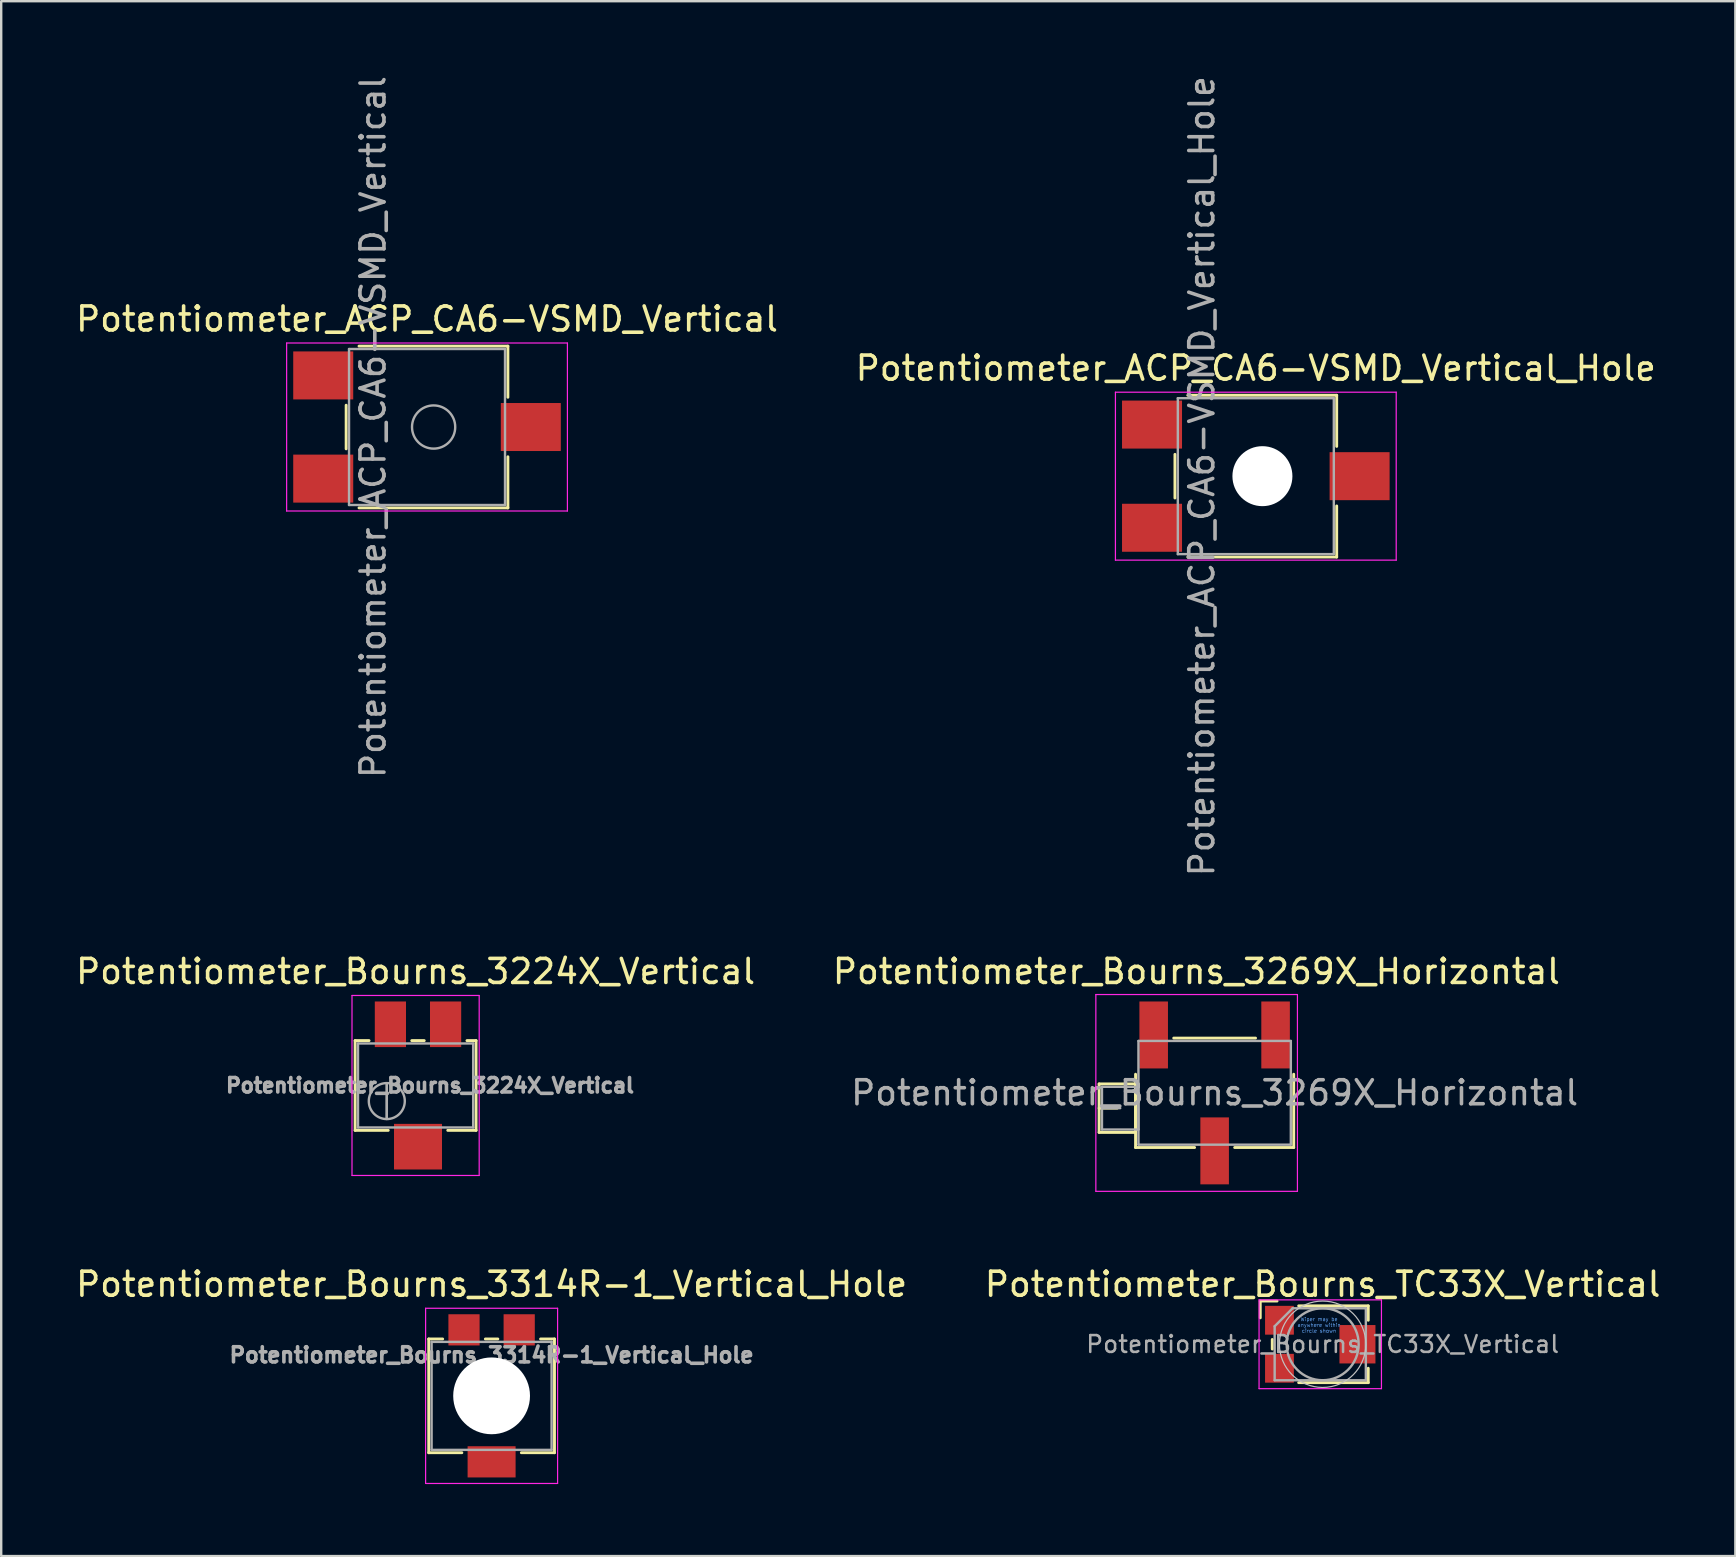
<source format=kicad_pcb>
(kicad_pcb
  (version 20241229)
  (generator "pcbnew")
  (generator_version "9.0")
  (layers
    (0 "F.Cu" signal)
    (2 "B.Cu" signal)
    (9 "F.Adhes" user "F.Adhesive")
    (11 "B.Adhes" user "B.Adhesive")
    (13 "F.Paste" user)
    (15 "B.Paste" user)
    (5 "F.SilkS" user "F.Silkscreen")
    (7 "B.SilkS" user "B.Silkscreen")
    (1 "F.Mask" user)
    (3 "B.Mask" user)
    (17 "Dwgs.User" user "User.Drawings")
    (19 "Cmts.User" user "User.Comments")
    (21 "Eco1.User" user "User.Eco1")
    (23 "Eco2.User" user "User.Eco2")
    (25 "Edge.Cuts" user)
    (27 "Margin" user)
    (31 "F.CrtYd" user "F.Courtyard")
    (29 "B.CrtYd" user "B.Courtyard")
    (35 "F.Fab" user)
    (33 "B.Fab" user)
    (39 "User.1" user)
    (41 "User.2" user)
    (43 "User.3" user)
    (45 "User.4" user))
  (footprint "Potentiometer_ACP_CA6-VSMD_Vertical"
    (layer "F.Cu")
    (at 14.744 14.744)
    (property "Reference" "Potentiometer_ACP_CA6-VSMD_Vertical" (at 0 -4.5 0) (layer "F.SilkS") (effects (font (size 1 1) (thickness 0.15))))
    (attr smd)
    (fp_line (start -3.37 -0.909) (end -3.37 0.91) (stroke (width 0.12) (type solid)) (layer "F.SilkS"))
    (fp_line (start -2.834 -3.371) (end 3.37 -3.371) (stroke (width 0.12) (type solid)) (layer "F.SilkS"))
    (fp_line (start -2.834 3.37) (end 3.37 3.37) (stroke (width 0.12) (type solid)) (layer "F.SilkS"))
    (fp_line (start 3.37 -3.371) (end 3.37 -1.24) (stroke (width 0.12) (type solid)) (layer "F.SilkS"))
    (fp_line (start 3.37 1.24) (end 3.37 3.37) (stroke (width 0.12) (type solid)) (layer "F.SilkS"))
    (fp_line (start -5.85 -3.5) (end -5.85 3.5) (stroke (width 0.05) (type solid)) (layer "F.CrtYd"))
    (fp_line (start -5.85 3.5) (end 5.85 3.5) (stroke (width 0.05) (type solid)) (layer "F.CrtYd"))
    (fp_line (start 5.85 -3.5) (end -5.85 -3.5) (stroke (width 0.05) (type solid)) (layer "F.CrtYd"))
    (fp_line (start 5.85 3.5) (end 5.85 -3.5) (stroke (width 0.05) (type solid)) (layer "F.CrtYd"))
    (fp_line (start -3.25 -3.25) (end -3.25 3.25) (stroke (width 0.1) (type solid)) (layer "F.Fab"))
    (fp_line (start -3.25 3.25) (end 3.25 3.25) (stroke (width 0.1) (type solid)) (layer "F.Fab"))
    (fp_line (start 3.25 -3.25) (end -3.25 -3.25) (stroke (width 0.1) (type solid)) (layer "F.Fab"))
    (fp_line (start 3.25 3.25) (end 3.25 -3.25) (stroke (width 0.1) (type solid)) (layer "F.Fab"))
    (fp_circle (center 0.275 0) (end 1.175 0) (stroke (width 0.1) (type solid)) (fill no) (layer "F.Fab"))
    (fp_text user "${REFERENCE}" (at -2.25 0 90) (layer "F.Fab") (effects (font (size 1 1) (thickness 0.15))))
    (pad "1" smd rect (at -4.325 2.15) (size 2.5 2) (layers "F.Cu" "F.Mask" "F.Paste"))
    (pad "2" smd rect (at 4.325 0) (size 2.5 2) (layers "F.Cu" "F.Mask" "F.Paste"))
    (pad "3" smd rect (at -4.325 -2.15) (size 2.5 2) (layers "F.Cu" "F.Mask" "F.Paste")))
  (footprint "Potentiometer_Bourns_TC33X_Vertical"
    (layer "F.Cu")
    (at 52.065 52.965)
    (property "Reference" "Potentiometer_Bourns_TC33X_Vertical" (at 0 -2.5 0) (layer "F.SilkS") (effects (font (size 1 1) (thickness 0.15))))
    (attr smd)
    (fp_line (start -2.6 -1.8) (end -2.6 -1.1) (stroke (width 0.12) (type solid)) (layer "F.SilkS"))
    (fp_line (start -2.1 -0.2) (end -2.1 0.2) (stroke (width 0.12) (type solid)) (layer "F.SilkS"))
    (fp_line (start -1.9 -1.8) (end -2.6 -1.8) (stroke (width 0.12) (type solid)) (layer "F.SilkS"))
    (fp_line (start -1 -1.6) (end 1.9 -1.6) (stroke (width 0.12) (type solid)) (layer "F.SilkS"))
    (fp_line (start -1 1.6) (end 1.9 1.6) (stroke (width 0.12) (type solid)) (layer "F.SilkS"))
    (fp_line (start 1.9 -1.6) (end 1.9 -1) (stroke (width 0.12) (type solid)) (layer "F.SilkS"))
    (fp_line (start 1.9 1.6) (end 1.9 1) (stroke (width 0.12) (type solid)) (layer "F.SilkS"))
    (fp_circle (center 0 0) (end 1.8 0) (stroke (width 0.05) (type solid)) (fill no) (layer "Dwgs.User"))
    (fp_line (start -2.65 -1.85) (end 2.45 -1.85) (stroke (width 0.05) (type solid)) (layer "F.CrtYd"))
    (fp_line (start -2.65 1.85) (end -2.65 -1.85) (stroke (width 0.05) (type solid)) (layer "F.CrtYd"))
    (fp_line (start 2.45 -1.85) (end 2.45 1.85) (stroke (width 0.05) (type solid)) (layer "F.CrtYd"))
    (fp_line (start 2.45 1.85) (end -2.65 1.85) (stroke (width 0.05) (type solid)) (layer "F.CrtYd"))
    (fp_line (start -2 -0.75) (end -2 1.5) (stroke (width 0.1) (type solid)) (layer "F.Fab"))
    (fp_line (start -2 1.5) (end 1.8 1.5) (stroke (width 0.1) (type solid)) (layer "F.Fab"))
    (fp_line (start -1.25 -1.5) (end -2 -0.75) (stroke (width 0.1) (type solid)) (layer "F.Fab"))
    (fp_line (start 1.8 -1.5) (end -1.25 -1.5) (stroke (width 0.1) (type solid)) (layer "F.Fab"))
    (fp_line (start 1.8 1.5) (end 1.8 -1.5) (stroke (width 0.1) (type solid)) (layer "F.Fab"))
    (fp_circle (center 0 0) (end 1.5 0) (stroke (width 0.1) (type solid)) (fill no) (layer "F.Fab"))
    (fp_text user "Wiper may be\nanywhere within\ncircle shown" (at -0.15 -0.8 0) (layer "Cmts.User") (effects (font (size 0.15 0.15) (thickness 0.02))))
    (fp_text user "${REFERENCE}" (at 0 0 0) (layer "F.Fab") (effects (font (size 0.7 0.7) (thickness 0.105))))
    (pad "1" smd rect (at -1.8 -1) (size 1.2 1.2) (layers "F.Cu" "F.Mask" "F.Paste"))
    (pad "2" smd rect (at 1.45 0) (size 1.5 1.6) (layers "F.Cu" "F.Mask" "F.Paste"))
    (pad "3" smd rect (at -1.8 1) (size 1.2 1.2) (layers "F.Cu" "F.Mask" "F.Paste")))
  (footprint "Potentiometer_Bourns_3269X_Horizontal"
    (layer "F.Cu")
    (at 47.564 42.492)
    (property "Reference" "Potentiometer_Bourns_3269X_Horizontal" (at -0.76 -5.06 0) (layer "F.SilkS") (effects (font (size 1 1) (thickness 0.15))))
    (attr smd)
    (fp_line (start -4.815 -0.375) (end -4.815 1.645) (stroke (width 0.12) (type solid)) (layer "F.SilkS"))
    (fp_line (start -4.815 -0.375) (end -3.296 -0.375) (stroke (width 0.12) (type solid)) (layer "F.SilkS"))
    (fp_line (start -4.815 0.635) (end -4.056 0.635) (stroke (width 0.12) (type solid)) (layer "F.SilkS"))
    (fp_line (start -4.815 1.645) (end -3.296 1.645) (stroke (width 0.12) (type solid)) (layer "F.SilkS"))
    (fp_line (start -3.296 -0.375) (end -3.296 1.645) (stroke (width 0.12) (type solid)) (layer "F.SilkS"))
    (fp_line (start -3.295 -0.779) (end -3.295 2.275) (stroke (width 0.12) (type solid)) (layer "F.SilkS"))
    (fp_line (start -3.295 2.275) (end -0.835 2.275) (stroke (width 0.12) (type solid)) (layer "F.SilkS"))
    (fp_line (start -1.705 -2.285) (end 1.705 -2.285) (stroke (width 0.12) (type solid)) (layer "F.SilkS"))
    (fp_line (start 0.835 2.275) (end 3.295 2.275) (stroke (width 0.12) (type solid)) (layer "F.SilkS"))
    (fp_line (start 3.295 -0.779) (end 3.295 2.275) (stroke (width 0.12) (type solid)) (layer "F.SilkS"))
    (fp_line (start -4.95 -4.1) (end -4.95 4.1) (stroke (width 0.05) (type solid)) (layer "F.CrtYd"))
    (fp_line (start -4.95 4.1) (end 3.45 4.1) (stroke (width 0.05) (type solid)) (layer "F.CrtYd"))
    (fp_line (start 3.45 -4.1) (end -4.95 -4.1) (stroke (width 0.05) (type solid)) (layer "F.CrtYd"))
    (fp_line (start 3.45 4.1) (end 3.45 -4.1) (stroke (width 0.05) (type solid)) (layer "F.CrtYd"))
    (fp_line (start -4.695 -0.255) (end -4.695 1.525) (stroke (width 0.1) (type solid)) (layer "F.Fab"))
    (fp_line (start -4.695 0.635) (end -3.935 0.635) (stroke (width 0.1) (type solid)) (layer "F.Fab"))
    (fp_line (start -4.695 1.525) (end -3.175 1.525) (stroke (width 0.1) (type solid)) (layer "F.Fab"))
    (fp_line (start -3.175 -2.165) (end -3.175 2.155) (stroke (width 0.1) (type solid)) (layer "F.Fab"))
    (fp_line (start -3.175 -0.255) (end -4.695 -0.255) (stroke (width 0.1) (type solid)) (layer "F.Fab"))
    (fp_line (start -3.175 1.525) (end -3.175 -0.255) (stroke (width 0.1) (type solid)) (layer "F.Fab"))
    (fp_line (start -3.175 2.155) (end 3.175 2.155) (stroke (width 0.1) (type solid)) (layer "F.Fab"))
    (fp_line (start 3.175 -2.165) (end -3.175 -2.165) (stroke (width 0.1) (type solid)) (layer "F.Fab"))
    (fp_line (start 3.175 2.155) (end 3.175 -2.165) (stroke (width 0.1) (type solid)) (layer "F.Fab"))
    (fp_text user "${REFERENCE}" (at 0 -0.005 0) (layer "F.Fab") (effects (font (size 1 1) (thickness 0.15))))
    (pad "1" smd rect (at 2.54 -2.415) (size 1.19 2.79) (layers "F.Cu" "F.Mask" "F.Paste"))
    (pad "2" smd rect (at 0 2.415) (size 1.19 2.79) (layers "F.Cu" "F.Mask" "F.Paste"))
    (pad "3" smd rect (at -2.54 -2.415) (size 1.19 2.79) (layers "F.Cu" "F.Mask" "F.Paste")))
  (footprint "Potentiometer_Bourns_3314R-1_Vertical_Hole"
    (layer "F.Cu")
    (at 17.435 55.115)
    (property "Reference" "Potentiometer_Bourns_3314R-1_Vertical_Hole" (at 0 -4.65 0) (layer "F.SilkS") (effects (font (size 1 1) (thickness 0.15))))
    (attr smd)
    (fp_line (start -2.62 -2.37) (end -2.62 2.37) (stroke (width 0.12) (type solid)) (layer "F.SilkS"))
    (fp_line (start -2.62 -2.37) (end -2.039 -2.37) (stroke (width 0.12) (type solid)) (layer "F.SilkS"))
    (fp_line (start -2.62 2.37) (end -1.24 2.37) (stroke (width 0.12) (type solid)) (layer "F.SilkS"))
    (fp_line (start -0.26 -2.37) (end 0.26 -2.37) (stroke (width 0.12) (type solid)) (layer "F.SilkS"))
    (fp_line (start 1.24 2.37) (end 2.62 2.37) (stroke (width 0.12) (type solid)) (layer "F.SilkS"))
    (fp_line (start 2.04 -2.37) (end 2.62 -2.37) (stroke (width 0.12) (type solid)) (layer "F.SilkS"))
    (fp_line (start 2.62 -2.37) (end 2.62 2.37) (stroke (width 0.12) (type solid)) (layer "F.SilkS"))
    (fp_line (start -2.75 -3.65) (end -2.75 3.65) (stroke (width 0.05) (type solid)) (layer "F.CrtYd"))
    (fp_line (start -2.75 3.65) (end 2.75 3.65) (stroke (width 0.05) (type solid)) (layer "F.CrtYd"))
    (fp_line (start 2.75 -3.65) (end -2.75 -3.65) (stroke (width 0.05) (type solid)) (layer "F.CrtYd"))
    (fp_line (start 2.75 3.65) (end 2.75 -3.65) (stroke (width 0.05) (type solid)) (layer "F.CrtYd"))
    (fp_line (start -2.5 -2.25) (end -2.5 2.25) (stroke (width 0.1) (type solid)) (layer "F.Fab"))
    (fp_line (start -2.5 2.25) (end 2.5 2.25) (stroke (width 0.1) (type solid)) (layer "F.Fab"))
    (fp_line (start 2.5 -2.25) (end -2.5 -2.25) (stroke (width 0.1) (type solid)) (layer "F.Fab"))
    (fp_line (start 2.5 2.25) (end 2.5 -2.25) (stroke (width 0.1) (type solid)) (layer "F.Fab"))
    (fp_text user "${REFERENCE}" (at 0 -1.7 0) (layer "F.Fab") (effects (font (size 0.63 0.63) (thickness 0.15))))
    (pad "" np_thru_hole circle (at 0 0) (size 3.2 3.2) (drill 3.2) (layers "*.Cu" "*.Mask"))
    (pad "1" smd rect (at 1.15 -2.75) (size 1.3 1.3) (layers "F.Cu" "F.Mask" "F.Paste"))
    (pad "2" smd rect (at 0 2.75) (size 2 1.3) (layers "F.Cu" "F.Mask" "F.Paste"))
    (pad "3" smd rect (at -1.15 -2.75) (size 1.3 1.3) (layers "F.Cu" "F.Mask" "F.Paste")))
  (footprint "Potentiometer_ACP_CA6-VSMD_Vertical_Hole"
    (layer "F.Cu")
    (at 49.28 16.792)
    (property "Reference" "Potentiometer_ACP_CA6-VSMD_Vertical_Hole" (at 0 -4.5 0) (layer "F.SilkS") (effects (font (size 1 1) (thickness 0.15))))
    (attr smd)
    (fp_line (start -3.37 -0.909) (end -3.37 0.91) (stroke (width 0.12) (type solid)) (layer "F.SilkS"))
    (fp_line (start -2.834 -3.371) (end 3.37 -3.371) (stroke (width 0.12) (type solid)) (layer "F.SilkS"))
    (fp_line (start -2.834 3.37) (end 3.37 3.37) (stroke (width 0.12) (type solid)) (layer "F.SilkS"))
    (fp_line (start 3.37 -3.371) (end 3.37 -1.24) (stroke (width 0.12) (type solid)) (layer "F.SilkS"))
    (fp_line (start 3.37 1.24) (end 3.37 3.37) (stroke (width 0.12) (type solid)) (layer "F.SilkS"))
    (fp_line (start -5.85 -3.5) (end -5.85 3.5) (stroke (width 0.05) (type solid)) (layer "F.CrtYd"))
    (fp_line (start -5.85 3.5) (end 5.85 3.5) (stroke (width 0.05) (type solid)) (layer "F.CrtYd"))
    (fp_line (start 5.85 -3.5) (end -5.85 -3.5) (stroke (width 0.05) (type solid)) (layer "F.CrtYd"))
    (fp_line (start 5.85 3.5) (end 5.85 -3.5) (stroke (width 0.05) (type solid)) (layer "F.CrtYd"))
    (fp_line (start -3.25 -3.25) (end -3.25 3.25) (stroke (width 0.1) (type solid)) (layer "F.Fab"))
    (fp_line (start -3.25 3.25) (end 3.25 3.25) (stroke (width 0.1) (type solid)) (layer "F.Fab"))
    (fp_line (start 3.25 -3.25) (end -3.25 -3.25) (stroke (width 0.1) (type solid)) (layer "F.Fab"))
    (fp_line (start 3.25 3.25) (end 3.25 -3.25) (stroke (width 0.1) (type solid)) (layer "F.Fab"))
    (fp_text user "${REFERENCE}" (at -2.25 0 90) (layer "F.Fab") (effects (font (size 1 1) (thickness 0.15))))
    (pad "" np_thru_hole circle (at 0.275 0) (size 2.5 2.5) (drill 2.5) (layers "*.Cu" "*.Mask"))
    (pad "1" smd rect (at -4.325 2.15) (size 2.5 2) (layers "F.Cu" "F.Mask" "F.Paste"))
    (pad "2" smd rect (at 4.325 0) (size 2.5 2) (layers "F.Cu" "F.Mask" "F.Paste"))
    (pad "3" smd rect (at -4.325 -2.15) (size 2.5 2) (layers "F.Cu" "F.Mask" "F.Paste")))
  (footprint "Potentiometer_Bourns_3224X_Vertical"
    (layer "F.Cu")
    (at 14.368 42.182)
    (property "Reference" "Potentiometer_Bourns_3224X_Vertical" (at -0.1 -4.75 0) (layer "F.SilkS") (effects (font (size 1 1) (thickness 0.15))))
    (attr smd)
    (fp_line (start -2.62 -1.87) (end -2.62 1.87) (stroke (width 0.12) (type solid)) (layer "F.SilkS"))
    (fp_line (start -2.62 -1.87) (end -2.039 -1.87) (stroke (width 0.12) (type solid)) (layer "F.SilkS"))
    (fp_line (start -2.62 1.87) (end -1.24 1.87) (stroke (width 0.12) (type solid)) (layer "F.SilkS"))
    (fp_line (start -0.26 -1.87) (end 0.26 -1.87) (stroke (width 0.12) (type solid)) (layer "F.SilkS"))
    (fp_line (start 1.24 1.87) (end 2.42 1.87) (stroke (width 0.12) (type solid)) (layer "F.SilkS"))
    (fp_line (start 2.04 -1.87) (end 2.42 -1.87) (stroke (width 0.12) (type solid)) (layer "F.SilkS"))
    (fp_line (start 2.42 -1.87) (end 2.42 1.87) (stroke (width 0.12) (type solid)) (layer "F.SilkS"))
    (fp_line (start -2.75 -3.75) (end -2.75 3.75) (stroke (width 0.05) (type solid)) (layer "F.CrtYd"))
    (fp_line (start -2.75 3.75) (end 2.55 3.75) (stroke (width 0.05) (type solid)) (layer "F.CrtYd"))
    (fp_line (start 2.55 -3.75) (end -2.75 -3.75) (stroke (width 0.05) (type solid)) (layer "F.CrtYd"))
    (fp_line (start 2.55 3.75) (end 2.55 -3.75) (stroke (width 0.05) (type solid)) (layer "F.CrtYd"))
    (fp_line (start -2.5 -1.75) (end -2.5 1.75) (stroke (width 0.1) (type solid)) (layer "F.Fab"))
    (fp_line (start -2.5 1.75) (end 2.3 1.75) (stroke (width 0.1) (type solid)) (layer "F.Fab"))
    (fp_line (start -1.3 1.393) (end -1.299 -0.092) (stroke (width 0.1) (type solid)) (layer "F.Fab"))
    (fp_line (start -1.3 1.393) (end -1.299 -0.092) (stroke (width 0.1) (type solid)) (layer "F.Fab"))
    (fp_line (start 2.3 -1.75) (end -2.5 -1.75) (stroke (width 0.1) (type solid)) (layer "F.Fab"))
    (fp_line (start 2.3 1.75) (end 2.3 -1.75) (stroke (width 0.1) (type solid)) (layer "F.Fab"))
    (fp_circle (center -1.3 0.65) (end -0.55 0.65) (stroke (width 0.1) (type solid)) (fill no) (layer "F.Fab"))
    (fp_text user "${REFERENCE}" (at 0.5 0 0) (layer "F.Fab") (effects (font (size 0.6 0.6) (thickness 0.15))))
    (pad "1" smd rect (at 1.15 -2.55) (size 1.3 1.9) (layers "F.Cu" "F.Mask" "F.Paste"))
    (pad "2" smd rect (at 0 2.55) (size 2 1.9) (layers "F.Cu" "F.Mask" "F.Paste"))
    (pad "3" smd rect (at -1.15 -2.55) (size 1.3 1.9) (layers "F.Cu" "F.Mask" "F.Paste")))
  (gr_rect
    (start -3 -3)
    (end 69.262 61.79)
    (stroke (width 0.1) (type default))
    (fill no)
    (layer "Edge.Cuts")))
</source>
